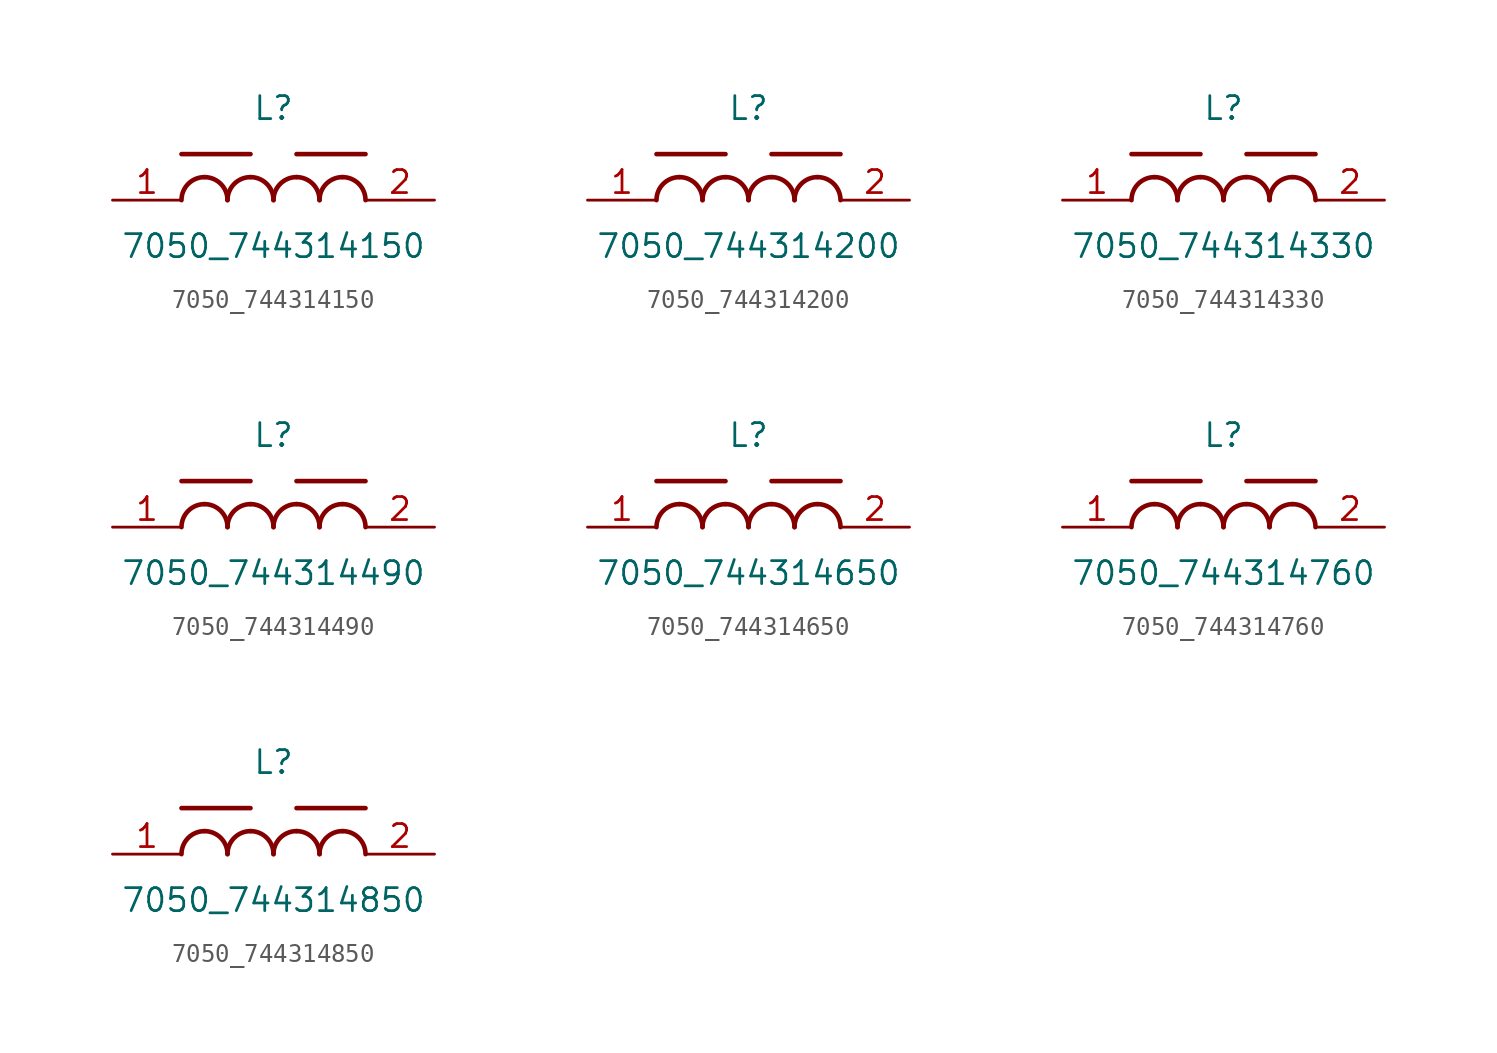
<source format=kicad_sym>
(kicad_symbol_lib
  (version 20211014)
  (generator kicad_symbol_editor)
  (symbol "Inductor_Wurth_WE-HCI:7050_744314150"
    (pin_names hide)
    (property "Reference" "L"
      (at 0 5.08 0)
      (effects (font (size 1.27 1.27))))
    (property "Value" "7050_744314150"
      (at 0 -2.54 0)
      (effects (font (size 1.27 1.27))))
    (symbol "7050_744314150_0_1"
      (arc (start -3.81 1.27) (mid -4.708 0.898) (end -5.08 0) (stroke (width 0.254) (type default) (color 0 0 0 0)) (fill (type none)))
      (arc (start -2.54 0) (mid -2.912 0.898) (end -3.81 1.27) (stroke (width 0.254) (type default) (color 0 0 0 0)) (fill (type none)))
      (arc (start -1.2699 1.2701) (mid -2.1679 0.8981) (end -2.5399 0.0001) (stroke (width 0.254) (type default) (color 0 0 0 0)) (fill (type none)))
      (polyline (pts (xy -5.08 2.54) (xy -1.27 2.54)) (stroke (width 0.254) (type default) (color 0 0 0 0)) (fill (type none)))
      (polyline (pts (xy 5.08 2.54) (xy 1.27 2.54)) (stroke (width 0.254) (type default) (color 0 0 0 0)) (fill (type none)))
      (arc (start 0.0001 0.0001) (mid -0.3719 0.8981) (end -1.2699 1.2701) (stroke (width 0.254) (type default) (color 0 0 0 0)) (fill (type none)))
      (arc (start 1.2701 1.2701) (mid 0.3721 0.8981) (end 0.0001 0.0001) (stroke (width 0.254) (type default) (color 0 0 0 0)) (fill (type none)))
      (arc (start 2.5401 0.0001) (mid 2.1681 0.8981) (end 1.2701 1.2701) (stroke (width 0.254) (type default) (color 0 0 0 0)) (fill (type none)))
      (arc (start 3.8101 1.2701) (mid 2.9121 0.8981) (end 2.5401 0.0001) (stroke (width 0.254) (type default) (color 0 0 0 0)) (fill (type none)))
      (arc (start 5.0801 0.0001) (mid 4.7081 0.8981) (end 3.8101 1.2701) (stroke (width 0.254) (type default) (color 0 0 0 0)) (fill (type none))))
    (symbol "7050_744314150_1_1"
      (pin passive line (at -8.89 0 0) (length 3.81) (name "1" (effects (font (size 1.27 1.27)))) (number "1" (effects (font (size 1.27 1.27)))))
      (pin passive line (at 8.89 0 180) (length 3.81) (name "2" (effects (font (size 1.27 1.27)))) (number "2" (effects (font (size 1.27 1.27)))))))
  (symbol "Inductor_Wurth_WE-HCI:7050_744314200"
    (pin_names hide)
    (property "Reference" "L"
      (at 0 5.08 0)
      (effects (font (size 1.27 1.27))))
    (property "Value" "7050_744314200"
      (at 0 -2.54 0)
      (effects (font (size 1.27 1.27))))
    (symbol "7050_744314200_0_1"
      (arc (start -3.81 1.27) (mid -4.708 0.898) (end -5.08 0) (stroke (width 0.254) (type default) (color 0 0 0 0)) (fill (type none)))
      (arc (start -2.54 0) (mid -2.912 0.898) (end -3.81 1.27) (stroke (width 0.254) (type default) (color 0 0 0 0)) (fill (type none)))
      (arc (start -1.2699 1.2701) (mid -2.1679 0.8981) (end -2.5399 0.0001) (stroke (width 0.254) (type default) (color 0 0 0 0)) (fill (type none)))
      (polyline (pts (xy -5.08 2.54) (xy -1.27 2.54)) (stroke (width 0.254) (type default) (color 0 0 0 0)) (fill (type none)))
      (polyline (pts (xy 5.08 2.54) (xy 1.27 2.54)) (stroke (width 0.254) (type default) (color 0 0 0 0)) (fill (type none)))
      (arc (start 0.0001 0.0001) (mid -0.3719 0.8981) (end -1.2699 1.2701) (stroke (width 0.254) (type default) (color 0 0 0 0)) (fill (type none)))
      (arc (start 1.2701 1.2701) (mid 0.3721 0.8981) (end 0.0001 0.0001) (stroke (width 0.254) (type default) (color 0 0 0 0)) (fill (type none)))
      (arc (start 2.5401 0.0001) (mid 2.1681 0.8981) (end 1.2701 1.2701) (stroke (width 0.254) (type default) (color 0 0 0 0)) (fill (type none)))
      (arc (start 3.8101 1.2701) (mid 2.9121 0.8981) (end 2.5401 0.0001) (stroke (width 0.254) (type default) (color 0 0 0 0)) (fill (type none)))
      (arc (start 5.0801 0.0001) (mid 4.7081 0.8981) (end 3.8101 1.2701) (stroke (width 0.254) (type default) (color 0 0 0 0)) (fill (type none))))
    (symbol "7050_744314200_1_1"
      (pin passive line (at -8.89 0 0) (length 3.81) (name "1" (effects (font (size 1.27 1.27)))) (number "1" (effects (font (size 1.27 1.27)))))
      (pin passive line (at 8.89 0 180) (length 3.81) (name "2" (effects (font (size 1.27 1.27)))) (number "2" (effects (font (size 1.27 1.27)))))))
  (symbol "Inductor_Wurth_WE-HCI:7050_744314330"
    (pin_names hide)
    (property "Reference" "L"
      (at 0 5.08 0)
      (effects (font (size 1.27 1.27))))
    (property "Value" "7050_744314330"
      (at 0 -2.54 0)
      (effects (font (size 1.27 1.27))))
    (symbol "7050_744314330_0_1"
      (arc (start -3.81 1.27) (mid -4.708 0.898) (end -5.08 0) (stroke (width 0.254) (type default) (color 0 0 0 0)) (fill (type none)))
      (arc (start -2.54 0) (mid -2.912 0.898) (end -3.81 1.27) (stroke (width 0.254) (type default) (color 0 0 0 0)) (fill (type none)))
      (arc (start -1.2699 1.2701) (mid -2.1679 0.8981) (end -2.5399 0.0001) (stroke (width 0.254) (type default) (color 0 0 0 0)) (fill (type none)))
      (polyline (pts (xy -5.08 2.54) (xy -1.27 2.54)) (stroke (width 0.254) (type default) (color 0 0 0 0)) (fill (type none)))
      (polyline (pts (xy 5.08 2.54) (xy 1.27 2.54)) (stroke (width 0.254) (type default) (color 0 0 0 0)) (fill (type none)))
      (arc (start 0.0001 0.0001) (mid -0.3719 0.8981) (end -1.2699 1.2701) (stroke (width 0.254) (type default) (color 0 0 0 0)) (fill (type none)))
      (arc (start 1.2701 1.2701) (mid 0.3721 0.8981) (end 0.0001 0.0001) (stroke (width 0.254) (type default) (color 0 0 0 0)) (fill (type none)))
      (arc (start 2.5401 0.0001) (mid 2.1681 0.8981) (end 1.2701 1.2701) (stroke (width 0.254) (type default) (color 0 0 0 0)) (fill (type none)))
      (arc (start 3.8101 1.2701) (mid 2.9121 0.8981) (end 2.5401 0.0001) (stroke (width 0.254) (type default) (color 0 0 0 0)) (fill (type none)))
      (arc (start 5.0801 0.0001) (mid 4.7081 0.8981) (end 3.8101 1.2701) (stroke (width 0.254) (type default) (color 0 0 0 0)) (fill (type none))))
    (symbol "7050_744314330_1_1"
      (pin passive line (at -8.89 0 0) (length 3.81) (name "1" (effects (font (size 1.27 1.27)))) (number "1" (effects (font (size 1.27 1.27)))))
      (pin passive line (at 8.89 0 180) (length 3.81) (name "2" (effects (font (size 1.27 1.27)))) (number "2" (effects (font (size 1.27 1.27)))))))
  (symbol "Inductor_Wurth_WE-HCI:7050_744314490"
    (pin_names hide)
    (property "Reference" "L"
      (at 0 5.08 0)
      (effects (font (size 1.27 1.27))))
    (property "Value" "7050_744314490"
      (at 0 -2.54 0)
      (effects (font (size 1.27 1.27))))
    (symbol "7050_744314490_0_1"
      (arc (start -3.81 1.27) (mid -4.708 0.898) (end -5.08 0) (stroke (width 0.254) (type default) (color 0 0 0 0)) (fill (type none)))
      (arc (start -2.54 0) (mid -2.912 0.898) (end -3.81 1.27) (stroke (width 0.254) (type default) (color 0 0 0 0)) (fill (type none)))
      (arc (start -1.2699 1.2701) (mid -2.1679 0.8981) (end -2.5399 0.0001) (stroke (width 0.254) (type default) (color 0 0 0 0)) (fill (type none)))
      (polyline (pts (xy -5.08 2.54) (xy -1.27 2.54)) (stroke (width 0.254) (type default) (color 0 0 0 0)) (fill (type none)))
      (polyline (pts (xy 5.08 2.54) (xy 1.27 2.54)) (stroke (width 0.254) (type default) (color 0 0 0 0)) (fill (type none)))
      (arc (start 0.0001 0.0001) (mid -0.3719 0.8981) (end -1.2699 1.2701) (stroke (width 0.254) (type default) (color 0 0 0 0)) (fill (type none)))
      (arc (start 1.2701 1.2701) (mid 0.3721 0.8981) (end 0.0001 0.0001) (stroke (width 0.254) (type default) (color 0 0 0 0)) (fill (type none)))
      (arc (start 2.5401 0.0001) (mid 2.1681 0.8981) (end 1.2701 1.2701) (stroke (width 0.254) (type default) (color 0 0 0 0)) (fill (type none)))
      (arc (start 3.8101 1.2701) (mid 2.9121 0.8981) (end 2.5401 0.0001) (stroke (width 0.254) (type default) (color 0 0 0 0)) (fill (type none)))
      (arc (start 5.0801 0.0001) (mid 4.7081 0.8981) (end 3.8101 1.2701) (stroke (width 0.254) (type default) (color 0 0 0 0)) (fill (type none))))
    (symbol "7050_744314490_1_1"
      (pin passive line (at -8.89 0 0) (length 3.81) (name "1" (effects (font (size 1.27 1.27)))) (number "1" (effects (font (size 1.27 1.27)))))
      (pin passive line (at 8.89 0 180) (length 3.81) (name "2" (effects (font (size 1.27 1.27)))) (number "2" (effects (font (size 1.27 1.27)))))))
  (symbol "Inductor_Wurth_WE-HCI:7050_744314650"
    (pin_names hide)
    (property "Reference" "L"
      (at 0 5.08 0)
      (effects (font (size 1.27 1.27))))
    (property "Value" "7050_744314650"
      (at 0 -2.54 0)
      (effects (font (size 1.27 1.27))))
    (symbol "7050_744314650_0_1"
      (arc (start -3.81 1.27) (mid -4.708 0.898) (end -5.08 0) (stroke (width 0.254) (type default) (color 0 0 0 0)) (fill (type none)))
      (arc (start -2.54 0) (mid -2.912 0.898) (end -3.81 1.27) (stroke (width 0.254) (type default) (color 0 0 0 0)) (fill (type none)))
      (arc (start -1.2699 1.2701) (mid -2.1679 0.8981) (end -2.5399 0.0001) (stroke (width 0.254) (type default) (color 0 0 0 0)) (fill (type none)))
      (polyline (pts (xy -5.08 2.54) (xy -1.27 2.54)) (stroke (width 0.254) (type default) (color 0 0 0 0)) (fill (type none)))
      (polyline (pts (xy 5.08 2.54) (xy 1.27 2.54)) (stroke (width 0.254) (type default) (color 0 0 0 0)) (fill (type none)))
      (arc (start 0.0001 0.0001) (mid -0.3719 0.8981) (end -1.2699 1.2701) (stroke (width 0.254) (type default) (color 0 0 0 0)) (fill (type none)))
      (arc (start 1.2701 1.2701) (mid 0.3721 0.8981) (end 0.0001 0.0001) (stroke (width 0.254) (type default) (color 0 0 0 0)) (fill (type none)))
      (arc (start 2.5401 0.0001) (mid 2.1681 0.8981) (end 1.2701 1.2701) (stroke (width 0.254) (type default) (color 0 0 0 0)) (fill (type none)))
      (arc (start 3.8101 1.2701) (mid 2.9121 0.8981) (end 2.5401 0.0001) (stroke (width 0.254) (type default) (color 0 0 0 0)) (fill (type none)))
      (arc (start 5.0801 0.0001) (mid 4.7081 0.8981) (end 3.8101 1.2701) (stroke (width 0.254) (type default) (color 0 0 0 0)) (fill (type none))))
    (symbol "7050_744314650_1_1"
      (pin passive line (at -8.89 0 0) (length 3.81) (name "1" (effects (font (size 1.27 1.27)))) (number "1" (effects (font (size 1.27 1.27)))))
      (pin passive line (at 8.89 0 180) (length 3.81) (name "2" (effects (font (size 1.27 1.27)))) (number "2" (effects (font (size 1.27 1.27)))))))
  (symbol "Inductor_Wurth_WE-HCI:7050_744314760"
    (pin_names hide)
    (property "Reference" "L"
      (at 0 5.08 0)
      (effects (font (size 1.27 1.27))))
    (property "Value" "7050_744314760"
      (at 0 -2.54 0)
      (effects (font (size 1.27 1.27))))
    (symbol "7050_744314760_0_1"
      (arc (start -3.81 1.27) (mid -4.708 0.898) (end -5.08 0) (stroke (width 0.254) (type default) (color 0 0 0 0)) (fill (type none)))
      (arc (start -2.54 0) (mid -2.912 0.898) (end -3.81 1.27) (stroke (width 0.254) (type default) (color 0 0 0 0)) (fill (type none)))
      (arc (start -1.2699 1.2701) (mid -2.1679 0.8981) (end -2.5399 0.0001) (stroke (width 0.254) (type default) (color 0 0 0 0)) (fill (type none)))
      (polyline (pts (xy -5.08 2.54) (xy -1.27 2.54)) (stroke (width 0.254) (type default) (color 0 0 0 0)) (fill (type none)))
      (polyline (pts (xy 5.08 2.54) (xy 1.27 2.54)) (stroke (width 0.254) (type default) (color 0 0 0 0)) (fill (type none)))
      (arc (start 0.0001 0.0001) (mid -0.3719 0.8981) (end -1.2699 1.2701) (stroke (width 0.254) (type default) (color 0 0 0 0)) (fill (type none)))
      (arc (start 1.2701 1.2701) (mid 0.3721 0.8981) (end 0.0001 0.0001) (stroke (width 0.254) (type default) (color 0 0 0 0)) (fill (type none)))
      (arc (start 2.5401 0.0001) (mid 2.1681 0.8981) (end 1.2701 1.2701) (stroke (width 0.254) (type default) (color 0 0 0 0)) (fill (type none)))
      (arc (start 3.8101 1.2701) (mid 2.9121 0.8981) (end 2.5401 0.0001) (stroke (width 0.254) (type default) (color 0 0 0 0)) (fill (type none)))
      (arc (start 5.0801 0.0001) (mid 4.7081 0.8981) (end 3.8101 1.2701) (stroke (width 0.254) (type default) (color 0 0 0 0)) (fill (type none))))
    (symbol "7050_744314760_1_1"
      (pin passive line (at -8.89 0 0) (length 3.81) (name "1" (effects (font (size 1.27 1.27)))) (number "1" (effects (font (size 1.27 1.27)))))
      (pin passive line (at 8.89 0 180) (length 3.81) (name "2" (effects (font (size 1.27 1.27)))) (number "2" (effects (font (size 1.27 1.27)))))))
  (symbol "Inductor_Wurth_WE-HCI:7050_744314850"
    (pin_names hide)
    (property "Reference" "L"
      (at 0 5.08 0)
      (effects (font (size 1.27 1.27))))
    (property "Value" "7050_744314850"
      (at 0 -2.54 0)
      (effects (font (size 1.27 1.27))))
    (symbol "7050_744314850_0_1"
      (arc (start -3.81 1.27) (mid -4.708 0.898) (end -5.08 0) (stroke (width 0.254) (type default) (color 0 0 0 0)) (fill (type none)))
      (arc (start -2.54 0) (mid -2.912 0.898) (end -3.81 1.27) (stroke (width 0.254) (type default) (color 0 0 0 0)) (fill (type none)))
      (arc (start -1.2699 1.2701) (mid -2.1679 0.8981) (end -2.5399 0.0001) (stroke (width 0.254) (type default) (color 0 0 0 0)) (fill (type none)))
      (polyline (pts (xy -5.08 2.54) (xy -1.27 2.54)) (stroke (width 0.254) (type default) (color 0 0 0 0)) (fill (type none)))
      (polyline (pts (xy 5.08 2.54) (xy 1.27 2.54)) (stroke (width 0.254) (type default) (color 0 0 0 0)) (fill (type none)))
      (arc (start 0.0001 0.0001) (mid -0.3719 0.8981) (end -1.2699 1.2701) (stroke (width 0.254) (type default) (color 0 0 0 0)) (fill (type none)))
      (arc (start 1.2701 1.2701) (mid 0.3721 0.8981) (end 0.0001 0.0001) (stroke (width 0.254) (type default) (color 0 0 0 0)) (fill (type none)))
      (arc (start 2.5401 0.0001) (mid 2.1681 0.8981) (end 1.2701 1.2701) (stroke (width 0.254) (type default) (color 0 0 0 0)) (fill (type none)))
      (arc (start 3.8101 1.2701) (mid 2.9121 0.8981) (end 2.5401 0.0001) (stroke (width 0.254) (type default) (color 0 0 0 0)) (fill (type none)))
      (arc (start 5.0801 0.0001) (mid 4.7081 0.8981) (end 3.8101 1.2701) (stroke (width 0.254) (type default) (color 0 0 0 0)) (fill (type none))))
    (symbol "7050_744314850_1_1"
      (pin passive line (at -8.89 0 0) (length 3.81) (name "1" (effects (font (size 1.27 1.27)))) (number "1" (effects (font (size 1.27 1.27)))))
      (pin passive line (at 8.89 0 180) (length 3.81) (name "2" (effects (font (size 1.27 1.27)))) (number "2" (effects (font (size 1.27 1.27))))))))
</source>
